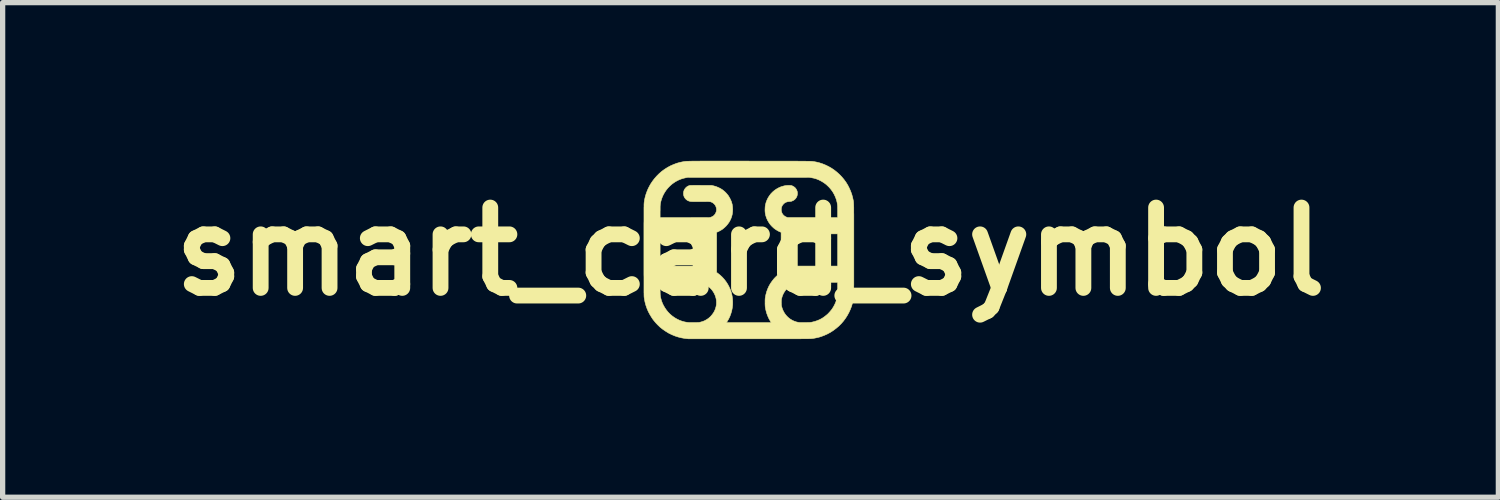
<source format=kicad_pcb>
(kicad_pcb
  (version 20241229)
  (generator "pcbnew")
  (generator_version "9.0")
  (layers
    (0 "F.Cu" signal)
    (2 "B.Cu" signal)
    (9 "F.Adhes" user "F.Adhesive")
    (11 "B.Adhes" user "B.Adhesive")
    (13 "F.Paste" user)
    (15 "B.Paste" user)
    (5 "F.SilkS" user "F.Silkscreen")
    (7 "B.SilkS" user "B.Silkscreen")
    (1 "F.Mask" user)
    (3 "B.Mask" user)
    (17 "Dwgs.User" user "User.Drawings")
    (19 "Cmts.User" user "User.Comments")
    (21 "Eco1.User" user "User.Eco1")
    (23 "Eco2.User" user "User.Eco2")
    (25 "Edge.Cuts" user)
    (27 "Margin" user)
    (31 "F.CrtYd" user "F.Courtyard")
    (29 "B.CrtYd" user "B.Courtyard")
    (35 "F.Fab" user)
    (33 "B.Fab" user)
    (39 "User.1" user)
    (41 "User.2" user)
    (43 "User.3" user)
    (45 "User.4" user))
  (footprint "smart_card_symbol"
    (layer "F.Cu")
    (at 11.183 1.721)
    (property "Reference" "smart_card_symbol" (at 0 0 0) (layer "F.SilkS") (effects (font (size 1.524 1.524) (thickness 0.3))))
    (attr through_hole)
    (fp_poly (pts (xy -0.571 -1.716) (xy -0.507 -1.716) (xy -0.439 -1.716) (xy -0.367 -1.716) (xy -0.29 -1.716) (xy -0.208 -1.716) (xy -0.122 -1.716) (xy -0.031 -1.716) (xy -0.008 -1.715) (xy 0.084 -1.715) (xy 0.171 -1.715) (xy 0.253 -1.715) (xy 0.33 -1.715) (xy 0.403 -1.715) (xy 0.472 -1.715) (xy 0.536 -1.715) (xy 0.597 -1.715) (xy 0.653 -1.715) (xy 0.706 -1.715) (xy 0.755 -1.715) (xy 0.8 -1.715) (xy 0.842 -1.715) (xy 0.881 -1.715) (xy 0.917 -1.714) (xy 0.95 -1.714) (xy 0.98 -1.714) (xy 1.008 -1.714) (xy 1.033 -1.714) (xy 1.056 -1.713) (xy 1.076 -1.713) (xy 1.095 -1.713) (xy 1.111 -1.712) (xy 1.126 -1.712) (xy 1.139 -1.712) (xy 1.151 -1.711) (xy 1.161 -1.711) (xy 1.17 -1.71) (xy 1.178 -1.71) (xy 1.185 -1.709) (xy 1.191 -1.708) (xy 1.197 -1.708) (xy 1.202 -1.707) (xy 1.207 -1.706) (xy 1.211 -1.705) (xy 1.215 -1.704) (xy 1.22 -1.703) (xy 1.225 -1.702) (xy 1.23 -1.701) (xy 1.235 -1.7) (xy 1.239 -1.7) (xy 1.302 -1.685) (xy 1.364 -1.665) (xy 1.423 -1.641) (xy 1.481 -1.613) (xy 1.537 -1.581) (xy 1.59 -1.545) (xy 1.64 -1.505) (xy 1.688 -1.462) (xy 1.732 -1.416) (xy 1.773 -1.367) (xy 1.811 -1.315) (xy 1.845 -1.26) (xy 1.874 -1.203) (xy 1.9 -1.144) (xy 1.922 -1.083) (xy 1.939 -1.02) (xy 1.943 -0.999) (xy 1.945 -0.992) (xy 1.946 -0.985) (xy 1.948 -0.979) (xy 1.949 -0.973) (xy 1.95 -0.968) (xy 1.951 -0.962) (xy 1.952 -0.957) (xy 1.953 -0.951) (xy 1.954 -0.944) (xy 1.955 -0.937) (xy 1.955 -0.929) (xy 1.956 -0.92) (xy 1.956 -0.909) (xy 1.957 -0.898) (xy 1.957 -0.885) (xy 1.958 -0.87) (xy 1.958 -0.853) (xy 1.959 -0.834) (xy 1.959 -0.813) (xy 1.959 -0.79) (xy 1.959 -0.764) (xy 1.959 -0.736) (xy 1.96 -0.704) (xy 1.96 -0.67) (xy 1.96 -0.632) (xy 1.96 -0.592) (xy 1.96 -0.547) (xy 1.96 -0.499) (xy 1.96 -0.447) (xy 1.96 -0.391) (xy 1.96 -0.331) (xy 1.96 -0.266) (xy 1.96 -0.197) (xy 1.96 -0.123) (xy 1.96 -0.045) (xy 1.96 -0.033) (xy 1.96 0.046) (xy 1.96 0.12) (xy 1.96 0.19) (xy 1.96 0.254) (xy 1.96 0.315) (xy 1.96 0.371) (xy 1.96 0.423) (xy 1.96 0.472) (xy 1.96 0.516) (xy 1.96 0.557) (xy 1.96 0.595) (xy 1.96 0.629) (xy 1.959 0.661) (xy 1.959 0.689) (xy 1.959 0.715) (xy 1.959 0.738) (xy 1.959 0.759) (xy 1.958 0.778) (xy 1.958 0.795) (xy 1.958 0.809) (xy 1.957 0.822) (xy 1.957 0.834) (xy 1.957 0.844) (xy 1.956 0.853) (xy 1.955 0.861) (xy 1.955 0.868) (xy 1.954 0.875) (xy 1.954 0.88) (xy 1.953 0.886) (xy 1.952 0.891) (xy 1.951 0.897) (xy 1.95 0.902) (xy 1.949 0.908) (xy 1.948 0.912) (xy 1.935 0.974) (xy 1.918 1.035) (xy 1.895 1.095) (xy 1.868 1.154) (xy 1.837 1.211) (xy 1.802 1.266) (xy 1.765 1.316) (xy 1.721 1.367) (xy 1.674 1.414) (xy 1.623 1.457) (xy 1.57 1.497) (xy 1.514 1.533) (xy 1.456 1.564) (xy 1.395 1.591) (xy 1.333 1.614) (xy 1.313 1.62) (xy 1.28 1.629) (xy 1.243 1.637) (xy 1.206 1.644) (xy 1.17 1.65) (xy 1.17 1.65) (xy 1.167 1.65) (xy 1.164 1.65) (xy 1.161 1.651) (xy 1.156 1.651) (xy 1.151 1.651) (xy 1.146 1.651) (xy 1.139 1.652) (xy 1.131 1.652) (xy 1.122 1.652) (xy 1.111 1.652) (xy 1.099 1.653) (xy 1.085 1.653) (xy 1.069 1.653) (xy 1.052 1.653) (xy 1.032 1.653) (xy 1.01 1.653) (xy 0.985 1.653) (xy 0.958 1.654) (xy 0.929 1.654) (xy 0.896 1.654) (xy 0.861 1.654) (xy 0.822 1.654) (xy 0.78 1.654) (xy 0.735 1.654) (xy 0.686 1.654) (xy 0.634 1.654) (xy 0.578 1.654) (xy 0.517 1.654) (xy 0.453 1.654) (xy 0.385 1.654) (xy 0.312 1.654) (xy 0.234 1.654) (xy 0.152 1.654) (xy 0.066 1.654) (xy -0.016 1.654) (xy -0.093 1.654) (xy -0.168 1.654) (xy -0.241 1.654) (xy -0.313 1.654) (xy -0.383 1.654) (xy -0.452 1.654) (xy -0.518 1.654) (xy -0.583 1.654) (xy -0.644 1.654) (xy -0.704 1.654) (xy -0.76 1.654) (xy -0.814 1.654) (xy -0.865 1.654) (xy -0.913 1.654) (xy -0.957 1.654) (xy -0.998 1.654) (xy -1.035 1.654) (xy -1.069 1.654) (xy -1.098 1.654) (xy -1.124 1.654) (xy -1.145 1.654) (xy -1.161 1.654) (xy -1.173 1.654) (xy -1.181 1.654) (xy -1.183 1.654) (xy -1.247 1.647) (xy -1.31 1.636) (xy -1.373 1.62) (xy -1.434 1.6) (xy -1.494 1.575) (xy -1.553 1.546) (xy -1.608 1.512) (xy -1.662 1.475) (xy -1.713 1.435) (xy -1.76 1.39) (xy -1.794 1.354) (xy -1.811 1.334) (xy -1.825 1.317) (xy -1.838 1.301) (xy -1.851 1.284) (xy -1.864 1.265) (xy -1.874 1.25) (xy -1.908 1.194) (xy -1.938 1.138) (xy -1.963 1.079) (xy -1.984 1.019) (xy -2.001 0.956) (xy -2.013 0.89) (xy -2.016 0.872) (xy -2.017 0.869) (xy -2.017 0.866) (xy -2.017 0.862) (xy -2.018 0.857) (xy -2.018 0.852) (xy -2.018 0.846) (xy -2.018 0.838) (xy -2.019 0.83) (xy -2.019 0.82) (xy -2.019 0.808) (xy -2.019 0.795) (xy -2.02 0.779) (xy -2.02 0.762) (xy -2.02 0.742) (xy -2.02 0.72) (xy -2.02 0.696) (xy -1.714 0.696) (xy -1.714 0.727) (xy -1.713 0.754) (xy -1.713 0.776) (xy -1.712 0.796) (xy -1.712 0.813) (xy -1.71 0.828) (xy -1.709 0.841) (xy -1.707 0.854) (xy -1.705 0.867) (xy -1.702 0.88) (xy -1.698 0.894) (xy -1.697 0.898) (xy -1.689 0.929) (xy -1.679 0.957) (xy -1.667 0.986) (xy -1.653 1.016) (xy -1.653 1.016) (xy -1.626 1.063) (xy -1.596 1.107) (xy -1.562 1.149) (xy -1.525 1.187) (xy -1.485 1.221) (xy -1.442 1.252) (xy -1.396 1.279) (xy -1.349 1.302) (xy -1.3 1.32) (xy -1.25 1.334) (xy -1.234 1.337) (xy -1.221 1.339) (xy -1.209 1.341) (xy -1.197 1.343) (xy -1.184 1.344) (xy -1.171 1.345) (xy -1.156 1.346) (xy -1.138 1.346) (xy -1.117 1.346) (xy -1.092 1.346) (xy -1.073 1.346) (xy -1.048 1.346) (xy -1.028 1.346) (xy -1.011 1.345) (xy -0.998 1.345) (xy -0.987 1.344) (xy -0.978 1.344) (xy -0.971 1.343) (xy -0.964 1.342) (xy -0.958 1.34) (xy -0.956 1.34) (xy -0.912 1.328) (xy -0.871 1.312) (xy -0.833 1.291) (xy -0.797 1.267) (xy -0.764 1.238) (xy -0.754 1.228) (xy -0.725 1.194) (xy -0.7 1.159) (xy -0.68 1.122) (xy -0.664 1.083) (xy -0.653 1.043) (xy -0.646 1.003) (xy -0.645 0.962) (xy -0.647 0.921) (xy -0.655 0.88) (xy -0.667 0.84) (xy -0.684 0.801) (xy -0.706 0.762) (xy -0.732 0.726) (xy -0.762 0.694) (xy -0.795 0.665) (xy -0.831 0.64) (xy -0.87 0.619) (xy -0.912 0.602) (xy -0.95 0.591) (xy -0.953 0.59) (xy -0.956 0.589) (xy -0.959 0.589) (xy -0.963 0.588) (xy -0.967 0.588) (xy -0.973 0.587) (xy -0.98 0.587) (xy -0.988 0.587) (xy -0.998 0.586) (xy -1.01 0.586) (xy -1.024 0.586) (xy -1.041 0.586) (xy -1.061 0.585) (xy -1.083 0.585) (xy -1.109 0.585) (xy -1.139 0.585) (xy -1.172 0.585) (xy -1.21 0.585) (xy -1.251 0.585) (xy -1.298 0.585) (xy -1.343 0.584) (xy -1.714 0.584) (xy -1.714 0.696) (xy -2.02 0.696) (xy -2.02 0.696) (xy -2.02 0.668) (xy -2.02 0.638) (xy -2.02 0.604) (xy -2.02 0.568) (xy -2.02 0.528) (xy -2.02 0.484) (xy -2.021 0.437) (xy -2.021 0.386) (xy -2.021 0.33) (xy -2.021 0.271) (xy -2.021 0.207) (xy -2.021 0.139) (xy -2.021 0.066) (xy -2.021 -0.012) (xy -2.021 -0.03) (xy -2.021 -0.109) (xy -2.021 -0.183) (xy -2.021 -0.253) (xy -2.021 -0.317) (xy -2.021 -0.336) (xy -1.714 -0.336) (xy -1.714 0.275) (xy -0.95 0.275) (xy -0.95 -0.336) (xy -1.714 -0.336) (xy -2.021 -0.336) (xy -2.021 -0.378) (xy -2.021 -0.434) (xy -2.021 -0.486) (xy -2.021 -0.534) (xy -2.02 -0.578) (xy -2.02 -0.619) (xy -2.02 -0.644) (xy -1.714 -0.644) (xy -1.246 -0.644) (xy -1.182 -0.644) (xy -1.122 -0.645) (xy -1.068 -0.645) (xy -1.018 -0.645) (xy -0.973 -0.645) (xy -0.933 -0.645) (xy -0.897 -0.645) (xy -0.866 -0.645) (xy -0.839 -0.645) (xy -0.816 -0.646) (xy -0.798 -0.646) (xy -0.784 -0.646) (xy -0.774 -0.647) (xy -0.767 -0.647) (xy -0.765 -0.647) (xy -0.757 -0.65) (xy -0.746 -0.654) (xy -0.734 -0.659) (xy -0.729 -0.661) (xy -0.706 -0.674) (xy -0.687 -0.691) (xy -0.671 -0.711) (xy -0.661 -0.729) (xy -0.653 -0.747) (xy -0.648 -0.763) (xy -0.645 -0.779) (xy -0.644 -0.797) (xy -0.644 -0.797) (xy -0.647 -0.824) (xy -0.654 -0.849) (xy -0.665 -0.873) (xy -0.68 -0.894) (xy -0.699 -0.913) (xy -0.72 -0.928) (xy -0.745 -0.94) (xy -0.758 -0.944) (xy -0.762 -0.945) (xy -0.766 -0.945) (xy -0.773 -0.946) (xy -0.781 -0.946) (xy -0.792 -0.947) (xy -0.805 -0.947) (xy -0.821 -0.947) (xy -0.841 -0.947) (xy -0.865 -0.948) (xy -0.892 -0.948) (xy -0.924 -0.948) (xy -0.95 -0.948) (xy -0.985 -0.948) (xy -1.016 -0.948) (xy -1.042 -0.948) (xy -1.064 -0.948) (xy -1.083 -0.948) (xy -1.098 -0.948) (xy -1.111 -0.949) (xy -1.122 -0.949) (xy -1.13 -0.95) (xy -1.137 -0.95) (xy -1.142 -0.951) (xy -1.147 -0.952) (xy -1.147 -0.952) (xy -1.173 -0.96) (xy -1.197 -0.971) (xy -1.218 -0.987) (xy -1.236 -1.005) (xy -1.251 -1.026) (xy -1.262 -1.05) (xy -1.269 -1.075) (xy -1.271 -1.101) (xy -1.269 -1.127) (xy -1.266 -1.141) (xy -1.259 -1.163) (xy -1.249 -1.182) (xy -1.235 -1.201) (xy -1.226 -1.211) (xy -1.214 -1.222) (xy -1.204 -1.23) (xy -1.193 -1.237) (xy -1.186 -1.241) (xy -1.174 -1.246) (xy -1.163 -1.25) (xy -1.153 -1.253) (xy -1.151 -1.254) (xy -1.146 -1.254) (xy -1.138 -1.255) (xy -1.125 -1.255) (xy -1.108 -1.255) (xy -1.087 -1.256) (xy -1.061 -1.256) (xy -1.03 -1.256) (xy -0.995 -1.256) (xy -0.956 -1.256) (xy -0.937 -1.255) (xy -0.737 -1.255) (xy -0.706 -1.248) (xy -0.658 -1.235) (xy -0.613 -1.217) (xy -0.57 -1.196) (xy -0.529 -1.17) (xy -0.507 -1.152) (xy -0.491 -1.139) (xy -0.474 -1.123) (xy -0.457 -1.105) (xy -0.441 -1.086) (xy -0.427 -1.069) (xy -0.421 -1.061) (xy -0.412 -1.047) (xy -0.402 -1.03) (xy -0.391 -1.011) (xy -0.381 -0.991) (xy -0.372 -0.971) (xy -0.364 -0.953) (xy -0.36 -0.942) (xy -0.347 -0.896) (xy -0.34 -0.85) (xy -0.337 -0.803) (xy -0.339 -0.756) (xy -0.345 -0.71) (xy -0.356 -0.665) (xy -0.372 -0.621) (xy -0.382 -0.6) (xy -0.403 -0.561) (xy -0.43 -0.523) (xy -0.459 -0.488) (xy -0.492 -0.456) (xy -0.527 -0.427) (xy -0.531 -0.424) (xy -0.544 -0.416) (xy -0.559 -0.406) (xy -0.577 -0.396) (xy -0.594 -0.387) (xy -0.61 -0.379) (xy -0.625 -0.372) (xy -0.63 -0.37) (xy -0.642 -0.366) (xy -0.642 0.396) (xy -0.621 0.411) (xy -0.577 0.446) (xy -0.535 0.485) (xy -0.497 0.527) (xy -0.462 0.573) (xy -0.431 0.621) (xy -0.407 0.666) (xy -0.395 0.692) (xy -0.385 0.715) (xy -0.376 0.737) (xy -0.368 0.76) (xy -0.361 0.786) (xy -0.36 0.787) (xy -0.348 0.843) (xy -0.34 0.899) (xy -0.337 0.956) (xy -0.338 1.013) (xy -0.345 1.069) (xy -0.356 1.125) (xy -0.372 1.179) (xy -0.392 1.233) (xy -0.417 1.284) (xy -0.447 1.334) (xy -0.451 1.34) (xy -0.456 1.347) (xy 0.394 1.347) (xy 0.378 1.322) (xy 0.35 1.273) (xy 0.326 1.22) (xy 0.306 1.165) (xy 0.291 1.108) (xy 0.28 1.05) (xy 0.279 1.039) (xy 0.278 1.023) (xy 0.277 1.004) (xy 0.277 0.984) (xy 0.277 0.968) (xy 0.585 0.968) (xy 0.585 0.989) (xy 0.586 1.009) (xy 0.588 1.026) (xy 0.59 1.036) (xy 0.602 1.078) (xy 0.618 1.118) (xy 0.638 1.156) (xy 0.662 1.192) (xy 0.69 1.225) (xy 0.72 1.254) (xy 0.754 1.28) (xy 0.79 1.302) (xy 0.829 1.32) (xy 0.87 1.334) (xy 0.877 1.336) (xy 0.888 1.338) (xy 0.898 1.341) (xy 0.908 1.342) (xy 0.919 1.344) (xy 0.931 1.345) (xy 0.944 1.346) (xy 0.96 1.346) (xy 0.979 1.346) (xy 1.002 1.346) (xy 1.029 1.346) (xy 1.034 1.346) (xy 1.059 1.346) (xy 1.081 1.345) (xy 1.098 1.345) (xy 1.112 1.345) (xy 1.124 1.344) (xy 1.134 1.343) (xy 1.143 1.342) (xy 1.151 1.341) (xy 1.159 1.34) (xy 1.16 1.34) (xy 1.214 1.327) (xy 1.266 1.31) (xy 1.316 1.289) (xy 1.363 1.263) (xy 1.408 1.232) (xy 1.451 1.197) (xy 1.471 1.179) (xy 1.509 1.138) (xy 1.544 1.095) (xy 1.573 1.05) (xy 1.598 1.003) (xy 1.619 0.954) (xy 1.635 0.902) (xy 1.639 0.887) (xy 1.642 0.873) (xy 1.645 0.86) (xy 1.647 0.846) (xy 1.649 0.833) (xy 1.65 0.818) (xy 1.651 0.801) (xy 1.652 0.782) (xy 1.652 0.76) (xy 1.653 0.735) (xy 1.653 0.705) (xy 1.653 0.692) (xy 1.653 0.584) (xy 1.282 0.584) (xy 1.231 0.585) (xy 1.185 0.585) (xy 1.144 0.585) (xy 1.107 0.585) (xy 1.074 0.585) (xy 1.044 0.585) (xy 1.018 0.585) (xy 0.996 0.586) (xy 0.977 0.586) (xy 0.96 0.586) (xy 0.946 0.586) (xy 0.934 0.586) (xy 0.924 0.587) (xy 0.916 0.587) (xy 0.909 0.587) (xy 0.904 0.588) (xy 0.9 0.588) (xy 0.896 0.589) (xy 0.893 0.589) (xy 0.892 0.59) (xy 0.848 0.603) (xy 0.807 0.62) (xy 0.768 0.641) (xy 0.732 0.667) (xy 0.698 0.697) (xy 0.698 0.698) (xy 0.667 0.731) (xy 0.641 0.768) (xy 0.62 0.806) (xy 0.603 0.847) (xy 0.591 0.889) (xy 0.59 0.895) (xy 0.587 0.909) (xy 0.586 0.927) (xy 0.585 0.947) (xy 0.585 0.968) (xy 0.277 0.968) (xy 0.277 0.963) (xy 0.277 0.941) (xy 0.277 0.921) (xy 0.278 0.903) (xy 0.279 0.889) (xy 0.28 0.881) (xy 0.291 0.821) (xy 0.306 0.764) (xy 0.326 0.709) (xy 0.35 0.656) (xy 0.379 0.605) (xy 0.413 0.557) (xy 0.443 0.519) (xy 0.461 0.499) (xy 0.482 0.478) (xy 0.504 0.457) (xy 0.526 0.437) (xy 0.547 0.421) (xy 0.552 0.417) (xy 0.581 0.396) (xy 0.581 0.015) (xy 0.581 -0.336) (xy 0.89 -0.336) (xy 0.89 0.275) (xy 1.653 0.275) (xy 1.653 -0.336) (xy 0.89 -0.336) (xy 0.581 -0.336) (xy 0.581 -0.365) (xy 0.572 -0.369) (xy 0.553 -0.377) (xy 0.531 -0.387) (xy 0.508 -0.4) (xy 0.485 -0.414) (xy 0.464 -0.428) (xy 0.445 -0.443) (xy 0.442 -0.445) (xy 0.407 -0.478) (xy 0.375 -0.513) (xy 0.348 -0.552) (xy 0.324 -0.593) (xy 0.305 -0.636) (xy 0.29 -0.681) (xy 0.28 -0.728) (xy 0.278 -0.746) (xy 0.276 -0.771) (xy 0.276 -0.798) (xy 0.277 -0.827) (xy 0.279 -0.855) (xy 0.283 -0.88) (xy 0.284 -0.886) (xy 0.296 -0.933) (xy 0.313 -0.977) (xy 0.334 -1.02) (xy 0.359 -1.059) (xy 0.387 -1.096) (xy 0.419 -1.129) (xy 0.455 -1.16) (xy 0.493 -1.186) (xy 0.534 -1.209) (xy 0.577 -1.228) (xy 0.623 -1.242) (xy 0.658 -1.25) (xy 0.674 -1.252) (xy 0.693 -1.254) (xy 0.716 -1.255) (xy 0.725 -1.255) (xy 0.742 -1.255) (xy 0.754 -1.254) (xy 0.763 -1.254) (xy 0.771 -1.253) (xy 0.777 -1.252) (xy 0.783 -1.25) (xy 0.786 -1.249) (xy 0.811 -1.237) (xy 0.834 -1.222) (xy 0.853 -1.204) (xy 0.868 -1.183) (xy 0.88 -1.159) (xy 0.888 -1.135) (xy 0.891 -1.108) (xy 0.889 -1.082) (xy 0.889 -1.078) (xy 0.882 -1.051) (xy 0.871 -1.027) (xy 0.856 -1.005) (xy 0.837 -0.986) (xy 0.816 -0.971) (xy 0.806 -0.966) (xy 0.792 -0.96) (xy 0.78 -0.955) (xy 0.768 -0.952) (xy 0.754 -0.95) (xy 0.737 -0.949) (xy 0.737 -0.949) (xy 0.709 -0.946) (xy 0.686 -0.94) (xy 0.665 -0.932) (xy 0.646 -0.92) (xy 0.628 -0.904) (xy 0.628 -0.904) (xy 0.61 -0.883) (xy 0.597 -0.86) (xy 0.588 -0.835) (xy 0.584 -0.808) (xy 0.584 -0.797) (xy 0.585 -0.774) (xy 0.59 -0.753) (xy 0.597 -0.733) (xy 0.6 -0.726) (xy 0.614 -0.704) (xy 0.632 -0.684) (xy 0.654 -0.668) (xy 0.678 -0.655) (xy 0.685 -0.653) (xy 0.704 -0.646) (xy 1.178 -0.645) (xy 1.653 -0.644) (xy 1.653 -0.752) (xy 1.653 -0.776) (xy 1.653 -0.799) (xy 1.652 -0.821) (xy 1.652 -0.841) (xy 1.652 -0.858) (xy 1.651 -0.872) (xy 1.65 -0.882) (xy 1.65 -0.884) (xy 1.642 -0.935) (xy 1.629 -0.985) (xy 1.611 -1.034) (xy 1.589 -1.082) (xy 1.563 -1.128) (xy 1.532 -1.172) (xy 1.498 -1.213) (xy 1.478 -1.233) (xy 1.438 -1.271) (xy 1.394 -1.304) (xy 1.349 -1.332) (xy 1.301 -1.357) (xy 1.252 -1.377) (xy 1.201 -1.392) (xy 1.149 -1.402) (xy 1.127 -1.405) (xy 1.124 -1.405) (xy 1.118 -1.406) (xy 1.109 -1.406) (xy 1.097 -1.406) (xy 1.083 -1.406) (xy 1.066 -1.406) (xy 1.045 -1.407) (xy 1.022 -1.407) (xy 0.995 -1.407) (xy 0.965 -1.407) (xy 0.932 -1.407) (xy 0.895 -1.407) (xy 0.854 -1.407) (xy 0.809 -1.407) (xy 0.761 -1.407) (xy 0.709 -1.407) (xy 0.652 -1.407) (xy 0.592 -1.407) (xy 0.527 -1.407) (xy 0.458 -1.407) (xy 0.384 -1.407) (xy 0.306 -1.407) (xy 0.223 -1.407) (xy 0.136 -1.407) (xy 0.043 -1.407) (xy -0.047 -1.407) (xy -1.194 -1.406) (xy -1.223 -1.401) (xy -1.278 -1.388) (xy -1.33 -1.371) (xy -1.38 -1.349) (xy -1.427 -1.323) (xy -1.472 -1.292) (xy -1.493 -1.276) (xy -1.533 -1.24) (xy -1.57 -1.201) (xy -1.603 -1.159) (xy -1.632 -1.115) (xy -1.657 -1.069) (xy -1.678 -1.02) (xy -1.694 -0.971) (xy -1.701 -0.945) (xy -1.704 -0.931) (xy -1.706 -0.919) (xy -1.708 -0.908) (xy -1.71 -0.896) (xy -1.711 -0.883) (xy -1.712 -0.869) (xy -1.713 -0.852) (xy -1.713 -0.833) (xy -1.713 -0.811) (xy -1.713 -0.785) (xy -1.714 -0.758) (xy -1.714 -0.644) (xy -2.02 -0.644) (xy -2.02 -0.656) (xy -2.02 -0.69) (xy -2.02 -0.721) (xy -2.02 -0.749) (xy -2.02 -0.774) (xy -2.02 -0.797) (xy -2.02 -0.817) (xy -2.02 -0.835) (xy -2.019 -0.851) (xy -2.019 -0.865) (xy -2.019 -0.877) (xy -2.019 -0.887) (xy -2.019 -0.896) (xy -2.018 -0.904) (xy -2.018 -0.911) (xy -2.018 -0.916) (xy -2.017 -0.921) (xy -2.017 -0.925) (xy -2.017 -0.928) (xy -2.016 -0.932) (xy -2.016 -0.934) (xy -2.007 -0.99) (xy -1.995 -1.042) (xy -1.98 -1.093) (xy -1.962 -1.142) (xy -1.941 -1.192) (xy -1.929 -1.216) (xy -1.898 -1.274) (xy -1.862 -1.329) (xy -1.822 -1.382) (xy -1.779 -1.431) (xy -1.733 -1.477) (xy -1.684 -1.52) (xy -1.631 -1.559) (xy -1.576 -1.594) (xy -1.519 -1.625) (xy -1.46 -1.651) (xy -1.399 -1.674) (xy -1.336 -1.692) (xy -1.271 -1.705) (xy -1.257 -1.707) (xy -1.252 -1.708) (xy -1.247 -1.709) (xy -1.242 -1.709) (xy -1.237 -1.71) (xy -1.231 -1.71) (xy -1.225 -1.711) (xy -1.219 -1.711) (xy -1.212 -1.712) (xy -1.203 -1.712) (xy -1.194 -1.713) (xy -1.184 -1.713) (xy -1.172 -1.713) (xy -1.159 -1.714) (xy -1.144 -1.714) (xy -1.127 -1.714) (xy -1.109 -1.715) (xy -1.088 -1.715) (xy -1.066 -1.715) (xy -1.041 -1.715) (xy -1.013 -1.715) (xy -0.983 -1.715) (xy -0.95 -1.716) (xy -0.914 -1.716) (xy -0.876 -1.716) (xy -0.834 -1.716) (xy -0.788 -1.716) (xy -0.74 -1.716) (xy -0.687 -1.716) (xy -0.631 -1.716) (xy -0.571 -1.716)) (stroke (width 0.01) (type solid)) (fill yes) (layer "F.SilkS")))
  (gr_rect
    (start -3 -3)
    (end 25.367 6.38)
    (stroke (width 0.1) (type default))
    (fill no)
    (layer "Edge.Cuts")))
</source>
